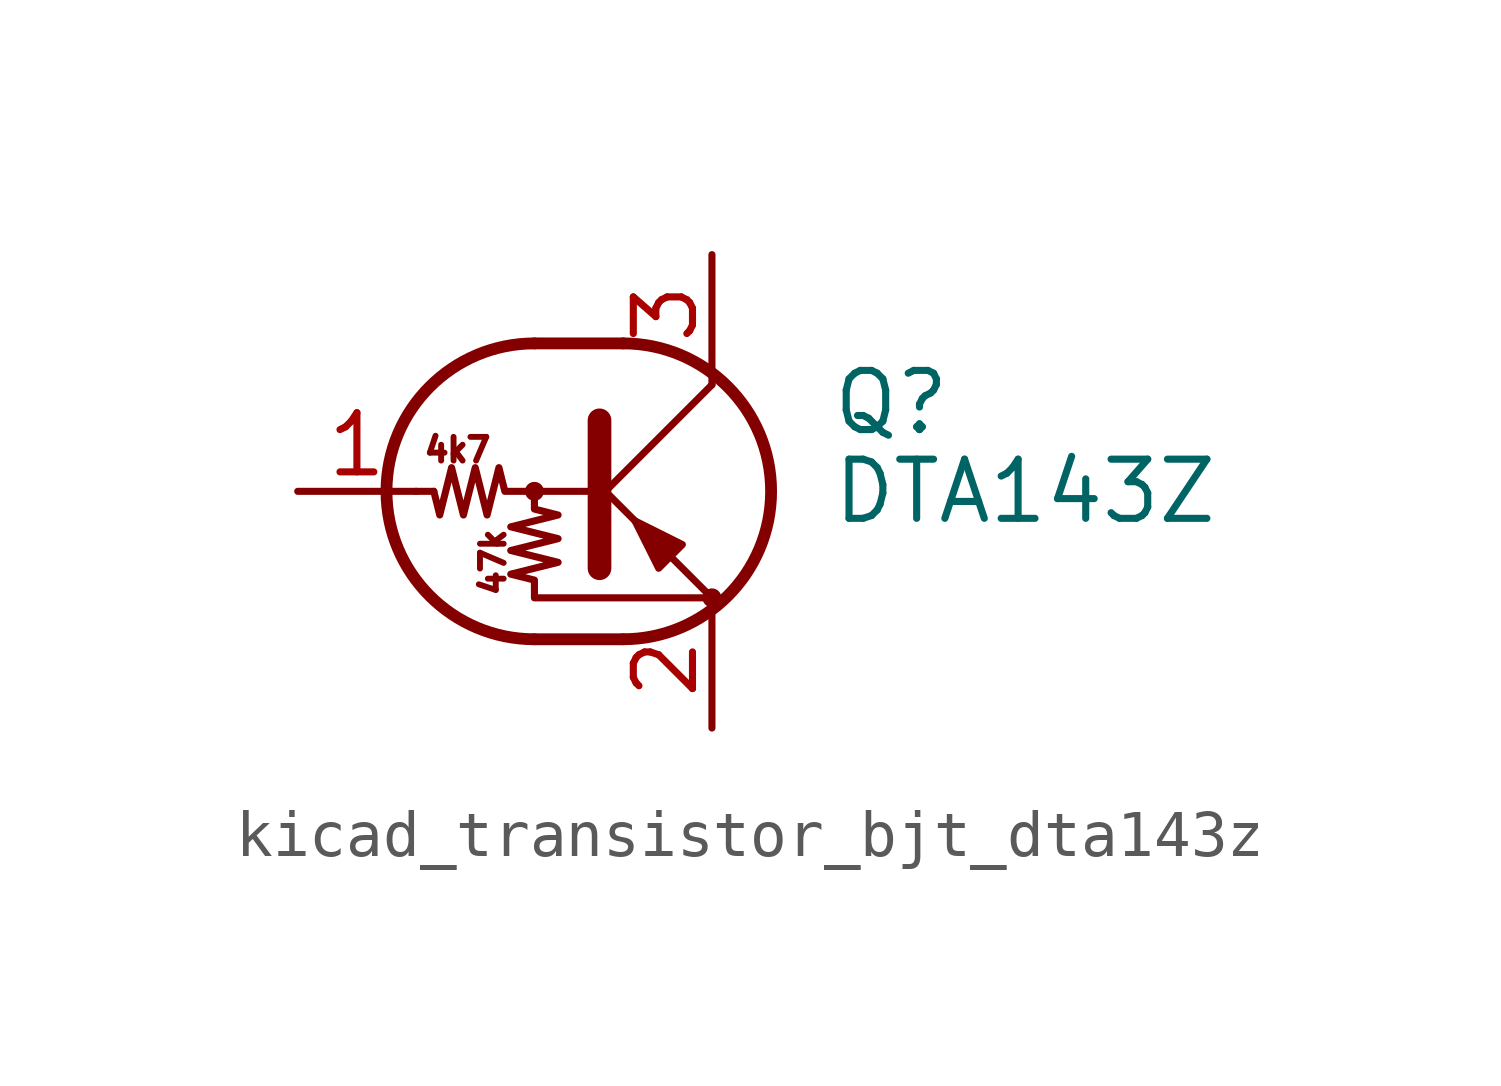
<source format=kicad_sym>
(kicad_symbol_lib
  (version 20220914)
  (generator kicad_symbol_editor)
  (symbol "kicad_transistor_bjt_dta143z"
    (pin_names
      (offset 0) hide)
    (property "Reference" "Q"
      (at 5.08 1.905 0)
      (effects (font (size 1.27 1.27)) (justify left)))
    (property "Value" "DTA143Z"
      (at 5.08 0 0)
      (effects (font (size 1.27 1.27)) (justify left)))
    (symbol "kicad_transistor_bjt_dta143z_0_0"
      (text "47k" (at -2.159 -1.524 900) (effects (font (size 0.508 0.508))))
      (text "4k7" (at -2.921 0.889 0) (effects (font (size 0.508 0.508)))))
    (symbol "kicad_transistor_bjt_dta143z_0_1"
      (circle (center -1.27 0) (radius 0.127) (stroke (width 0) (type default)) (fill (type none)))
      (arc (start -1.27 3.175) (mid -4.4312 0) (end -1.27 -3.175) (stroke (width 0.254) (type default)) (fill (type none)))
      (polyline (pts (xy -3.429 0) (xy -3.81 0)) (stroke (width 0) (type default)) (fill (type none)))
      (polyline (pts (xy -1.27 -3.175) (xy 0.635 -3.175)) (stroke (width 0.254) (type default)) (fill (type none)))
      (polyline (pts (xy -1.27 3.175) (xy 0.635 3.175)) (stroke (width 0.254) (type default)) (fill (type none)))
      (polyline (pts (xy 0 -0.254) (xy 2.54 2.286)) (stroke (width 0) (type default)) (fill (type none)))
      (polyline (pts (xy 0.127 1.524) (xy 0.127 -1.651)) (stroke (width 0.508) (type default)) (fill (type outline)))
      (polyline (pts (xy 2.54 2.286) (xy 2.54 2.54)) (stroke (width 0) (type default)) (fill (type none)))
      (polyline (pts (xy 2.54 -2.286) (xy 0 0.254) (xy 0 0.254)) (stroke (width 0) (type default)) (fill (type none)))
      (polyline (pts (xy 1.397 -1.651) (xy 1.905 -1.143) (xy 0.889 -0.635) (xy 1.397 -1.651)) (stroke (width 0) (type default)) (fill (type outline)))
      (polyline (pts (xy 0 0) (xy -1.905 0) (xy -2.032 0.508) (xy -2.286 -0.508) (xy -2.54 0.508) (xy -2.794 -0.508) (xy -3.048 0.508) (xy -3.302 -0.508) (xy -3.429 0)) (stroke (width 0) (type default)) (fill (type none)))
      (polyline (pts (xy -1.27 0) (xy -1.27 -0.381) (xy -0.762 -0.508) (xy -1.778 -0.762) (xy -0.762 -1.016) (xy -1.778 -1.27) (xy -0.762 -1.524) (xy -1.778 -1.778) (xy -1.27 -1.905) (xy -1.27 -2.286) (xy 2.54 -2.286)) (stroke (width 0) (type default)) (fill (type none)))
      (arc (start 0.635 -3.175) (mid 3.7962 0) (end 0.635 3.175) (stroke (width 0.254) (type default)) (fill (type none)))
      (circle (center 2.54 -2.286) (radius 0.127) (stroke (width 0) (type default)) (fill (type none))))
    (symbol "kicad_transistor_bjt_dta143z_1_1"
      (pin input line (at -6.35 0 0) (length 2.54) (name "B" (effects (font (size 1.27 1.27)))) (number "1" (effects (font (size 1.27 1.27)))))
      (pin passive line (at 2.54 -5.08 90) (length 2.54) (name "E" (effects (font (size 1.27 1.27)))) (number "2" (effects (font (size 1.27 1.27)))))
      (pin passive line (at 2.54 5.08 270) (length 2.54) (name "C" (effects (font (size 1.27 1.27)))) (number "3" (effects (font (size 1.27 1.27))))))))
</source>
